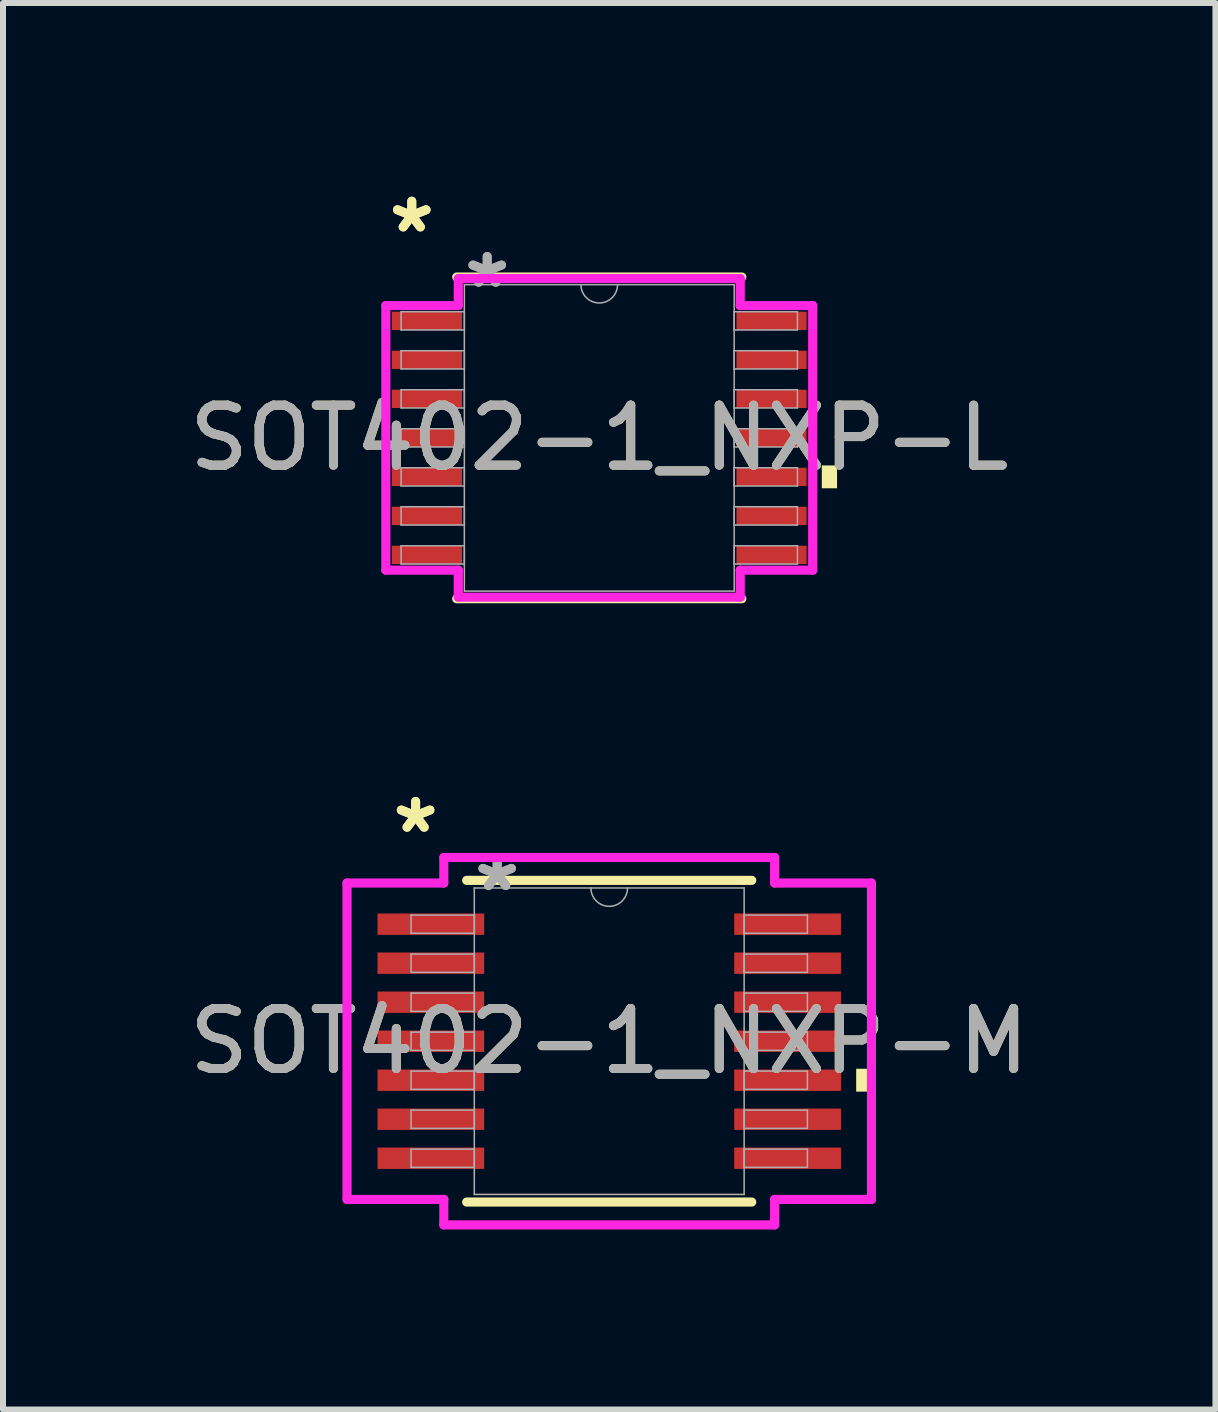
<source format=kicad_pcb>
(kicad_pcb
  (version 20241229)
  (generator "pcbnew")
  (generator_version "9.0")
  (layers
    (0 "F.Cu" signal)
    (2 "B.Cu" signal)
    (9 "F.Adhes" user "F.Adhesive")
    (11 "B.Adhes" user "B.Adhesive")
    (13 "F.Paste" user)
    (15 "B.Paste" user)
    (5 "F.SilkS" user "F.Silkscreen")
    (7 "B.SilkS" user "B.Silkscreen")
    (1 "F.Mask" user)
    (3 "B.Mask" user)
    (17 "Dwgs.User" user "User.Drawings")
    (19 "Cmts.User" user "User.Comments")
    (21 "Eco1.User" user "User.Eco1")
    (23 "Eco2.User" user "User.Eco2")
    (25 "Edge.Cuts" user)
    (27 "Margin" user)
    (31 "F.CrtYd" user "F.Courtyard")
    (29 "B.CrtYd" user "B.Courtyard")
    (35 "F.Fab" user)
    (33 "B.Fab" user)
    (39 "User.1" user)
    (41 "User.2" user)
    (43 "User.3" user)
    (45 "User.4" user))
  (footprint "SOT402-1_NXP-M"
    (layer "F.Cu")
    (at 7.101 14.299)
    (property "Reference" "SOT402-1_NXP-M" (at 0 0 0) (unlocked yes) (layer "F.SilkS") (effects (font (size 1 1) (thickness 0.15))))
    (attr smd)
    (fp_line (start -2.375 2.68) (end 2.375 2.68) (stroke (width 0.152) (type solid)) (layer "F.SilkS"))
    (fp_line (start 2.375 -2.68) (end -2.375 -2.68) (stroke (width 0.152) (type solid)) (layer "F.SilkS"))
    (fp_poly (pts (xy 4.369 0.459) (xy 4.369 0.84) (xy 4.115 0.84) (xy 4.115 0.459)) (stroke (width 0) (type solid)) (fill yes) (layer "F.SilkS"))
    (fp_line (start -4.369 -2.636) (end -2.756 -2.636) (stroke (width 0.152) (type solid)) (layer "F.CrtYd"))
    (fp_line (start -4.369 2.636) (end -4.369 -2.636) (stroke (width 0.152) (type solid)) (layer "F.CrtYd"))
    (fp_line (start -4.369 2.636) (end -2.756 2.636) (stroke (width 0.152) (type solid)) (layer "F.CrtYd"))
    (fp_line (start -2.756 -3.061) (end 2.756 -3.061) (stroke (width 0.152) (type solid)) (layer "F.CrtYd"))
    (fp_line (start -2.756 -2.636) (end -2.756 -3.061) (stroke (width 0.152) (type solid)) (layer "F.CrtYd"))
    (fp_line (start -2.756 3.061) (end -2.756 2.636) (stroke (width 0.152) (type solid)) (layer "F.CrtYd"))
    (fp_line (start 2.756 -3.061) (end 2.756 -2.636) (stroke (width 0.152) (type solid)) (layer "F.CrtYd"))
    (fp_line (start 2.756 2.636) (end 2.756 3.061) (stroke (width 0.152) (type solid)) (layer "F.CrtYd"))
    (fp_line (start 2.756 3.061) (end -2.756 3.061) (stroke (width 0.152) (type solid)) (layer "F.CrtYd"))
    (fp_line (start 4.369 -2.636) (end 2.756 -2.636) (stroke (width 0.152) (type solid)) (layer "F.CrtYd"))
    (fp_line (start 4.369 -2.636) (end 4.369 2.636) (stroke (width 0.152) (type solid)) (layer "F.CrtYd"))
    (fp_line (start 4.369 2.636) (end 2.756 2.636) (stroke (width 0.152) (type solid)) (layer "F.CrtYd"))
    (fp_line (start -3.302 -2.102) (end -3.302 -1.798) (stroke (width 0.025) (type solid)) (layer "F.Fab"))
    (fp_line (start -3.302 -1.798) (end -2.248 -1.798) (stroke (width 0.025) (type solid)) (layer "F.Fab"))
    (fp_line (start -3.302 -1.452) (end -3.302 -1.148) (stroke (width 0.025) (type solid)) (layer "F.Fab"))
    (fp_line (start -3.302 -1.148) (end -2.248 -1.148) (stroke (width 0.025) (type solid)) (layer "F.Fab"))
    (fp_line (start -3.302 -0.802) (end -3.302 -0.498) (stroke (width 0.025) (type solid)) (layer "F.Fab"))
    (fp_line (start -3.302 -0.498) (end -2.248 -0.498) (stroke (width 0.025) (type solid)) (layer "F.Fab"))
    (fp_line (start -3.302 -0.152) (end -3.302 0.152) (stroke (width 0.025) (type solid)) (layer "F.Fab"))
    (fp_line (start -3.302 0.152) (end -2.248 0.152) (stroke (width 0.025) (type solid)) (layer "F.Fab"))
    (fp_line (start -3.302 0.498) (end -3.302 0.802) (stroke (width 0.025) (type solid)) (layer "F.Fab"))
    (fp_line (start -3.302 0.802) (end -2.248 0.802) (stroke (width 0.025) (type solid)) (layer "F.Fab"))
    (fp_line (start -3.302 1.148) (end -3.302 1.452) (stroke (width 0.025) (type solid)) (layer "F.Fab"))
    (fp_line (start -3.302 1.452) (end -2.248 1.452) (stroke (width 0.025) (type solid)) (layer "F.Fab"))
    (fp_line (start -3.302 1.798) (end -3.302 2.102) (stroke (width 0.025) (type solid)) (layer "F.Fab"))
    (fp_line (start -3.302 2.102) (end -2.248 2.102) (stroke (width 0.025) (type solid)) (layer "F.Fab"))
    (fp_line (start -2.248 -2.553) (end -2.248 2.553) (stroke (width 0.025) (type solid)) (layer "F.Fab"))
    (fp_line (start -2.248 -2.102) (end -3.302 -2.102) (stroke (width 0.025) (type solid)) (layer "F.Fab"))
    (fp_line (start -2.248 -1.798) (end -2.248 -2.102) (stroke (width 0.025) (type solid)) (layer "F.Fab"))
    (fp_line (start -2.248 -1.452) (end -3.302 -1.452) (stroke (width 0.025) (type solid)) (layer "F.Fab"))
    (fp_line (start -2.248 -1.148) (end -2.248 -1.452) (stroke (width 0.025) (type solid)) (layer "F.Fab"))
    (fp_line (start -2.248 -0.802) (end -3.302 -0.802) (stroke (width 0.025) (type solid)) (layer "F.Fab"))
    (fp_line (start -2.248 -0.498) (end -2.248 -0.802) (stroke (width 0.025) (type solid)) (layer "F.Fab"))
    (fp_line (start -2.248 -0.152) (end -3.302 -0.152) (stroke (width 0.025) (type solid)) (layer "F.Fab"))
    (fp_line (start -2.248 0.152) (end -2.248 -0.152) (stroke (width 0.025) (type solid)) (layer "F.Fab"))
    (fp_line (start -2.248 0.498) (end -3.302 0.498) (stroke (width 0.025) (type solid)) (layer "F.Fab"))
    (fp_line (start -2.248 0.802) (end -2.248 0.498) (stroke (width 0.025) (type solid)) (layer "F.Fab"))
    (fp_line (start -2.248 1.148) (end -3.302 1.148) (stroke (width 0.025) (type solid)) (layer "F.Fab"))
    (fp_line (start -2.248 1.452) (end -2.248 1.148) (stroke (width 0.025) (type solid)) (layer "F.Fab"))
    (fp_line (start -2.248 1.798) (end -3.302 1.798) (stroke (width 0.025) (type solid)) (layer "F.Fab"))
    (fp_line (start -2.248 2.102) (end -2.248 1.798) (stroke (width 0.025) (type solid)) (layer "F.Fab"))
    (fp_line (start -2.248 2.553) (end 2.248 2.553) (stroke (width 0.025) (type solid)) (layer "F.Fab"))
    (fp_line (start 2.248 -2.553) (end -2.248 -2.553) (stroke (width 0.025) (type solid)) (layer "F.Fab"))
    (fp_line (start 2.248 -2.102) (end 2.248 -1.798) (stroke (width 0.025) (type solid)) (layer "F.Fab"))
    (fp_line (start 2.248 -1.798) (end 3.302 -1.798) (stroke (width 0.025) (type solid)) (layer "F.Fab"))
    (fp_line (start 2.248 -1.452) (end 2.248 -1.148) (stroke (width 0.025) (type solid)) (layer "F.Fab"))
    (fp_line (start 2.248 -1.148) (end 3.302 -1.148) (stroke (width 0.025) (type solid)) (layer "F.Fab"))
    (fp_line (start 2.248 -0.802) (end 2.248 -0.498) (stroke (width 0.025) (type solid)) (layer "F.Fab"))
    (fp_line (start 2.248 -0.498) (end 3.302 -0.498) (stroke (width 0.025) (type solid)) (layer "F.Fab"))
    (fp_line (start 2.248 -0.152) (end 2.248 0.152) (stroke (width 0.025) (type solid)) (layer "F.Fab"))
    (fp_line (start 2.248 0.152) (end 3.302 0.152) (stroke (width 0.025) (type solid)) (layer "F.Fab"))
    (fp_line (start 2.248 0.498) (end 2.248 0.802) (stroke (width 0.025) (type solid)) (layer "F.Fab"))
    (fp_line (start 2.248 0.802) (end 3.302 0.802) (stroke (width 0.025) (type solid)) (layer "F.Fab"))
    (fp_line (start 2.248 1.148) (end 2.248 1.452) (stroke (width 0.025) (type solid)) (layer "F.Fab"))
    (fp_line (start 2.248 1.452) (end 3.302 1.452) (stroke (width 0.025) (type solid)) (layer "F.Fab"))
    (fp_line (start 2.248 1.798) (end 2.248 2.102) (stroke (width 0.025) (type solid)) (layer "F.Fab"))
    (fp_line (start 2.248 2.102) (end 3.302 2.102) (stroke (width 0.025) (type solid)) (layer "F.Fab"))
    (fp_line (start 2.248 2.553) (end 2.248 -2.553) (stroke (width 0.025) (type solid)) (layer "F.Fab"))
    (fp_line (start 3.302 -2.102) (end 2.248 -2.102) (stroke (width 0.025) (type solid)) (layer "F.Fab"))
    (fp_line (start 3.302 -1.798) (end 3.302 -2.102) (stroke (width 0.025) (type solid)) (layer "F.Fab"))
    (fp_line (start 3.302 -1.452) (end 2.248 -1.452) (stroke (width 0.025) (type solid)) (layer "F.Fab"))
    (fp_line (start 3.302 -1.148) (end 3.302 -1.452) (stroke (width 0.025) (type solid)) (layer "F.Fab"))
    (fp_line (start 3.302 -0.802) (end 2.248 -0.802) (stroke (width 0.025) (type solid)) (layer "F.Fab"))
    (fp_line (start 3.302 -0.498) (end 3.302 -0.802) (stroke (width 0.025) (type solid)) (layer "F.Fab"))
    (fp_line (start 3.302 -0.152) (end 2.248 -0.152) (stroke (width 0.025) (type solid)) (layer "F.Fab"))
    (fp_line (start 3.302 0.152) (end 3.302 -0.152) (stroke (width 0.025) (type solid)) (layer "F.Fab"))
    (fp_line (start 3.302 0.498) (end 2.248 0.498) (stroke (width 0.025) (type solid)) (layer "F.Fab"))
    (fp_line (start 3.302 0.802) (end 3.302 0.498) (stroke (width 0.025) (type solid)) (layer "F.Fab"))
    (fp_line (start 3.302 1.148) (end 2.248 1.148) (stroke (width 0.025) (type solid)) (layer "F.Fab"))
    (fp_line (start 3.302 1.452) (end 3.302 1.148) (stroke (width 0.025) (type solid)) (layer "F.Fab"))
    (fp_line (start 3.302 1.798) (end 2.248 1.798) (stroke (width 0.025) (type solid)) (layer "F.Fab"))
    (fp_line (start 3.302 2.102) (end 3.302 1.798) (stroke (width 0.025) (type solid)) (layer "F.Fab"))
    (fp_arc (start 0.3048 -2.5527) (mid 0 -2.2479) (end -0.3048 -2.5527) (stroke (width 0.0254) (type solid)) (layer "F.Fab"))
    (fp_text user "*" (at -3.226 -3.449 0) (unlocked yes) (layer "F.SilkS") (effects (font (size 1 1) (thickness 0.15))))
    (fp_text user "*" (at -3.226 -3.449 0) (layer "F.SilkS") (effects (font (size 1 1) (thickness 0.15))))
    (fp_text user "*" (at -1.867 -2.477 0) (layer "F.Fab") (effects (font (size 1 1) (thickness 0.15))))
    (fp_text user "*" (at -1.867 -2.477 0) (unlocked yes) (layer "F.Fab") (effects (font (size 1 1) (thickness 0.15))))
    (fp_text user "${REFERENCE}" (at 0 0 0) (unlocked yes) (layer "F.Fab") (effects (font (size 1 1) (thickness 0.15))))
    (pad "1" smd rect (at -2.972 -1.95) (size 1.778 0.356) (layers "F.Cu" "F.Mask" "F.Paste"))
    (pad "2" smd rect (at -2.972 -1.3) (size 1.778 0.356) (layers "F.Cu" "F.Mask" "F.Paste"))
    (pad "3" smd rect (at -2.972 -0.65) (size 1.778 0.356) (layers "F.Cu" "F.Mask" "F.Paste"))
    (pad "4" smd rect (at -2.972 0) (size 1.778 0.356) (layers "F.Cu" "F.Mask" "F.Paste"))
    (pad "5" smd rect (at -2.972 0.65) (size 1.778 0.356) (layers "F.Cu" "F.Mask" "F.Paste"))
    (pad "6" smd rect (at -2.972 1.3) (size 1.778 0.356) (layers "F.Cu" "F.Mask" "F.Paste"))
    (pad "7" smd rect (at -2.972 1.95) (size 1.778 0.356) (layers "F.Cu" "F.Mask" "F.Paste"))
    (pad "8" smd rect (at 2.972 1.95) (size 1.778 0.356) (layers "F.Cu" "F.Mask" "F.Paste"))
    (pad "9" smd rect (at 2.972 1.3) (size 1.778 0.356) (layers "F.Cu" "F.Mask" "F.Paste"))
    (pad "10" smd rect (at 2.972 0.65) (size 1.778 0.356) (layers "F.Cu" "F.Mask" "F.Paste"))
    (pad "11" smd rect (at 2.972 0) (size 1.778 0.356) (layers "F.Cu" "F.Mask" "F.Paste"))
    (pad "12" smd rect (at 2.972 -0.65) (size 1.778 0.356) (layers "F.Cu" "F.Mask" "F.Paste"))
    (pad "13" smd rect (at 2.972 -1.3) (size 1.778 0.356) (layers "F.Cu" "F.Mask" "F.Paste"))
    (pad "14" smd rect (at 2.972 -1.95) (size 1.778 0.356) (layers "F.Cu" "F.Mask" "F.Paste")))
  (footprint "SOT402-1_NXP-L"
    (layer "F.Cu")
    (at 6.935 4.246)
    (property "Reference" "SOT402-1_NXP-L" (at 0 0 0) (unlocked yes) (layer "F.SilkS") (effects (font (size 1 1) (thickness 0.15))))
    (attr smd)
    (fp_line (start -2.375 2.68) (end 2.375 2.68) (stroke (width 0.152) (type solid)) (layer "F.SilkS"))
    (fp_line (start 2.375 -2.68) (end -2.375 -2.68) (stroke (width 0.152) (type solid)) (layer "F.SilkS"))
    (fp_poly (pts (xy 3.962 0.459) (xy 3.962 0.84) (xy 3.708 0.84) (xy 3.708 0.459)) (stroke (width 0) (type solid)) (fill yes) (layer "F.SilkS"))
    (fp_line (start -3.556 -2.204) (end -2.349 -2.204) (stroke (width 0.152) (type solid)) (layer "F.CrtYd"))
    (fp_line (start -3.556 2.204) (end -3.556 -2.204) (stroke (width 0.152) (type solid)) (layer "F.CrtYd"))
    (fp_line (start -3.556 2.204) (end -2.349 2.204) (stroke (width 0.152) (type solid)) (layer "F.CrtYd"))
    (fp_line (start -2.349 -2.654) (end 2.349 -2.654) (stroke (width 0.152) (type solid)) (layer "F.CrtYd"))
    (fp_line (start -2.349 -2.204) (end -2.349 -2.654) (stroke (width 0.152) (type solid)) (layer "F.CrtYd"))
    (fp_line (start -2.349 2.654) (end -2.349 2.204) (stroke (width 0.152) (type solid)) (layer "F.CrtYd"))
    (fp_line (start 2.349 -2.654) (end 2.349 -2.204) (stroke (width 0.152) (type solid)) (layer "F.CrtYd"))
    (fp_line (start 2.349 2.204) (end 2.349 2.654) (stroke (width 0.152) (type solid)) (layer "F.CrtYd"))
    (fp_line (start 2.349 2.654) (end -2.349 2.654) (stroke (width 0.152) (type solid)) (layer "F.CrtYd"))
    (fp_line (start 3.556 -2.204) (end 2.349 -2.204) (stroke (width 0.152) (type solid)) (layer "F.CrtYd"))
    (fp_line (start 3.556 -2.204) (end 3.556 2.204) (stroke (width 0.152) (type solid)) (layer "F.CrtYd"))
    (fp_line (start 3.556 2.204) (end 2.349 2.204) (stroke (width 0.152) (type solid)) (layer "F.CrtYd"))
    (fp_line (start -3.302 -2.102) (end -3.302 -1.798) (stroke (width 0.025) (type solid)) (layer "F.Fab"))
    (fp_line (start -3.302 -1.798) (end -2.248 -1.798) (stroke (width 0.025) (type solid)) (layer "F.Fab"))
    (fp_line (start -3.302 -1.452) (end -3.302 -1.148) (stroke (width 0.025) (type solid)) (layer "F.Fab"))
    (fp_line (start -3.302 -1.148) (end -2.248 -1.148) (stroke (width 0.025) (type solid)) (layer "F.Fab"))
    (fp_line (start -3.302 -0.802) (end -3.302 -0.498) (stroke (width 0.025) (type solid)) (layer "F.Fab"))
    (fp_line (start -3.302 -0.498) (end -2.248 -0.498) (stroke (width 0.025) (type solid)) (layer "F.Fab"))
    (fp_line (start -3.302 -0.152) (end -3.302 0.152) (stroke (width 0.025) (type solid)) (layer "F.Fab"))
    (fp_line (start -3.302 0.152) (end -2.248 0.152) (stroke (width 0.025) (type solid)) (layer "F.Fab"))
    (fp_line (start -3.302 0.498) (end -3.302 0.802) (stroke (width 0.025) (type solid)) (layer "F.Fab"))
    (fp_line (start -3.302 0.802) (end -2.248 0.802) (stroke (width 0.025) (type solid)) (layer "F.Fab"))
    (fp_line (start -3.302 1.148) (end -3.302 1.452) (stroke (width 0.025) (type solid)) (layer "F.Fab"))
    (fp_line (start -3.302 1.452) (end -2.248 1.452) (stroke (width 0.025) (type solid)) (layer "F.Fab"))
    (fp_line (start -3.302 1.798) (end -3.302 2.102) (stroke (width 0.025) (type solid)) (layer "F.Fab"))
    (fp_line (start -3.302 2.102) (end -2.248 2.102) (stroke (width 0.025) (type solid)) (layer "F.Fab"))
    (fp_line (start -2.248 -2.553) (end -2.248 2.553) (stroke (width 0.025) (type solid)) (layer "F.Fab"))
    (fp_line (start -2.248 -2.102) (end -3.302 -2.102) (stroke (width 0.025) (type solid)) (layer "F.Fab"))
    (fp_line (start -2.248 -1.798) (end -2.248 -2.102) (stroke (width 0.025) (type solid)) (layer "F.Fab"))
    (fp_line (start -2.248 -1.452) (end -3.302 -1.452) (stroke (width 0.025) (type solid)) (layer "F.Fab"))
    (fp_line (start -2.248 -1.148) (end -2.248 -1.452) (stroke (width 0.025) (type solid)) (layer "F.Fab"))
    (fp_line (start -2.248 -0.802) (end -3.302 -0.802) (stroke (width 0.025) (type solid)) (layer "F.Fab"))
    (fp_line (start -2.248 -0.498) (end -2.248 -0.802) (stroke (width 0.025) (type solid)) (layer "F.Fab"))
    (fp_line (start -2.248 -0.152) (end -3.302 -0.152) (stroke (width 0.025) (type solid)) (layer "F.Fab"))
    (fp_line (start -2.248 0.152) (end -2.248 -0.152) (stroke (width 0.025) (type solid)) (layer "F.Fab"))
    (fp_line (start -2.248 0.498) (end -3.302 0.498) (stroke (width 0.025) (type solid)) (layer "F.Fab"))
    (fp_line (start -2.248 0.802) (end -2.248 0.498) (stroke (width 0.025) (type solid)) (layer "F.Fab"))
    (fp_line (start -2.248 1.148) (end -3.302 1.148) (stroke (width 0.025) (type solid)) (layer "F.Fab"))
    (fp_line (start -2.248 1.452) (end -2.248 1.148) (stroke (width 0.025) (type solid)) (layer "F.Fab"))
    (fp_line (start -2.248 1.798) (end -3.302 1.798) (stroke (width 0.025) (type solid)) (layer "F.Fab"))
    (fp_line (start -2.248 2.102) (end -2.248 1.798) (stroke (width 0.025) (type solid)) (layer "F.Fab"))
    (fp_line (start -2.248 2.553) (end 2.248 2.553) (stroke (width 0.025) (type solid)) (layer "F.Fab"))
    (fp_line (start 2.248 -2.553) (end -2.248 -2.553) (stroke (width 0.025) (type solid)) (layer "F.Fab"))
    (fp_line (start 2.248 -2.102) (end 2.248 -1.798) (stroke (width 0.025) (type solid)) (layer "F.Fab"))
    (fp_line (start 2.248 -1.798) (end 3.302 -1.798) (stroke (width 0.025) (type solid)) (layer "F.Fab"))
    (fp_line (start 2.248 -1.452) (end 2.248 -1.148) (stroke (width 0.025) (type solid)) (layer "F.Fab"))
    (fp_line (start 2.248 -1.148) (end 3.302 -1.148) (stroke (width 0.025) (type solid)) (layer "F.Fab"))
    (fp_line (start 2.248 -0.802) (end 2.248 -0.498) (stroke (width 0.025) (type solid)) (layer "F.Fab"))
    (fp_line (start 2.248 -0.498) (end 3.302 -0.498) (stroke (width 0.025) (type solid)) (layer "F.Fab"))
    (fp_line (start 2.248 -0.152) (end 2.248 0.152) (stroke (width 0.025) (type solid)) (layer "F.Fab"))
    (fp_line (start 2.248 0.152) (end 3.302 0.152) (stroke (width 0.025) (type solid)) (layer "F.Fab"))
    (fp_line (start 2.248 0.498) (end 2.248 0.802) (stroke (width 0.025) (type solid)) (layer "F.Fab"))
    (fp_line (start 2.248 0.802) (end 3.302 0.802) (stroke (width 0.025) (type solid)) (layer "F.Fab"))
    (fp_line (start 2.248 1.148) (end 2.248 1.452) (stroke (width 0.025) (type solid)) (layer "F.Fab"))
    (fp_line (start 2.248 1.452) (end 3.302 1.452) (stroke (width 0.025) (type solid)) (layer "F.Fab"))
    (fp_line (start 2.248 1.798) (end 2.248 2.102) (stroke (width 0.025) (type solid)) (layer "F.Fab"))
    (fp_line (start 2.248 2.102) (end 3.302 2.102) (stroke (width 0.025) (type solid)) (layer "F.Fab"))
    (fp_line (start 2.248 2.553) (end 2.248 -2.553) (stroke (width 0.025) (type solid)) (layer "F.Fab"))
    (fp_line (start 3.302 -2.102) (end 2.248 -2.102) (stroke (width 0.025) (type solid)) (layer "F.Fab"))
    (fp_line (start 3.302 -1.798) (end 3.302 -2.102) (stroke (width 0.025) (type solid)) (layer "F.Fab"))
    (fp_line (start 3.302 -1.452) (end 2.248 -1.452) (stroke (width 0.025) (type solid)) (layer "F.Fab"))
    (fp_line (start 3.302 -1.148) (end 3.302 -1.452) (stroke (width 0.025) (type solid)) (layer "F.Fab"))
    (fp_line (start 3.302 -0.802) (end 2.248 -0.802) (stroke (width 0.025) (type solid)) (layer "F.Fab"))
    (fp_line (start 3.302 -0.498) (end 3.302 -0.802) (stroke (width 0.025) (type solid)) (layer "F.Fab"))
    (fp_line (start 3.302 -0.152) (end 2.248 -0.152) (stroke (width 0.025) (type solid)) (layer "F.Fab"))
    (fp_line (start 3.302 0.152) (end 3.302 -0.152) (stroke (width 0.025) (type solid)) (layer "F.Fab"))
    (fp_line (start 3.302 0.498) (end 2.248 0.498) (stroke (width 0.025) (type solid)) (layer "F.Fab"))
    (fp_line (start 3.302 0.802) (end 3.302 0.498) (stroke (width 0.025) (type solid)) (layer "F.Fab"))
    (fp_line (start 3.302 1.148) (end 2.248 1.148) (stroke (width 0.025) (type solid)) (layer "F.Fab"))
    (fp_line (start 3.302 1.452) (end 3.302 1.148) (stroke (width 0.025) (type solid)) (layer "F.Fab"))
    (fp_line (start 3.302 1.798) (end 2.248 1.798) (stroke (width 0.025) (type solid)) (layer "F.Fab"))
    (fp_line (start 3.302 2.102) (end 3.302 1.798) (stroke (width 0.025) (type solid)) (layer "F.Fab"))
    (fp_arc (start 0.3048 -2.5527) (mid 0 -2.2479) (end -0.3048 -2.5527) (stroke (width 0.0254) (type solid)) (layer "F.Fab"))
    (fp_text user "*" (at -3.124 -3.398 0) (layer "F.SilkS") (effects (font (size 1 1) (thickness 0.15))))
    (fp_text user "*" (at -3.124 -3.398 0) (unlocked yes) (layer "F.SilkS") (effects (font (size 1 1) (thickness 0.15))))
    (fp_text user "*" (at -1.867 -2.477 0) (unlocked yes) (layer "F.Fab") (effects (font (size 1 1) (thickness 0.15))))
    (fp_text user "*" (at -1.867 -2.477 0) (layer "F.Fab") (effects (font (size 1 1) (thickness 0.15))))
    (fp_text user "${REFERENCE}" (at 0 0 0) (unlocked yes) (layer "F.Fab") (effects (font (size 1 1) (thickness 0.15))))
    (pad "1" smd rect (at -2.87 -1.95) (size 1.168 0.305) (layers "F.Cu" "F.Mask" "F.Paste"))
    (pad "2" smd rect (at -2.87 -1.3) (size 1.168 0.305) (layers "F.Cu" "F.Mask" "F.Paste"))
    (pad "3" smd rect (at -2.87 -0.65) (size 1.168 0.305) (layers "F.Cu" "F.Mask" "F.Paste"))
    (pad "4" smd rect (at -2.87 0) (size 1.168 0.305) (layers "F.Cu" "F.Mask" "F.Paste"))
    (pad "5" smd rect (at -2.87 0.65) (size 1.168 0.305) (layers "F.Cu" "F.Mask" "F.Paste"))
    (pad "6" smd rect (at -2.87 1.3) (size 1.168 0.305) (layers "F.Cu" "F.Mask" "F.Paste"))
    (pad "7" smd rect (at -2.87 1.95) (size 1.168 0.305) (layers "F.Cu" "F.Mask" "F.Paste"))
    (pad "8" smd rect (at 2.87 1.95) (size 1.168 0.305) (layers "F.Cu" "F.Mask" "F.Paste"))
    (pad "9" smd rect (at 2.87 1.3) (size 1.168 0.305) (layers "F.Cu" "F.Mask" "F.Paste"))
    (pad "10" smd rect (at 2.87 0.65) (size 1.168 0.305) (layers "F.Cu" "F.Mask" "F.Paste"))
    (pad "11" smd rect (at 2.87 0) (size 1.168 0.305) (layers "F.Cu" "F.Mask" "F.Paste"))
    (pad "12" smd rect (at 2.87 -0.65) (size 1.168 0.305) (layers "F.Cu" "F.Mask" "F.Paste"))
    (pad "13" smd rect (at 2.87 -1.3) (size 1.168 0.305) (layers "F.Cu" "F.Mask" "F.Paste"))
    (pad "14" smd rect (at 2.87 -1.95) (size 1.168 0.305) (layers "F.Cu" "F.Mask" "F.Paste")))
  (gr_rect
    (start -3 -3)
    (end 17.202 20.436)
    (stroke (width 0.1) (type default))
    (fill no)
    (layer "Edge.Cuts")))
</source>
